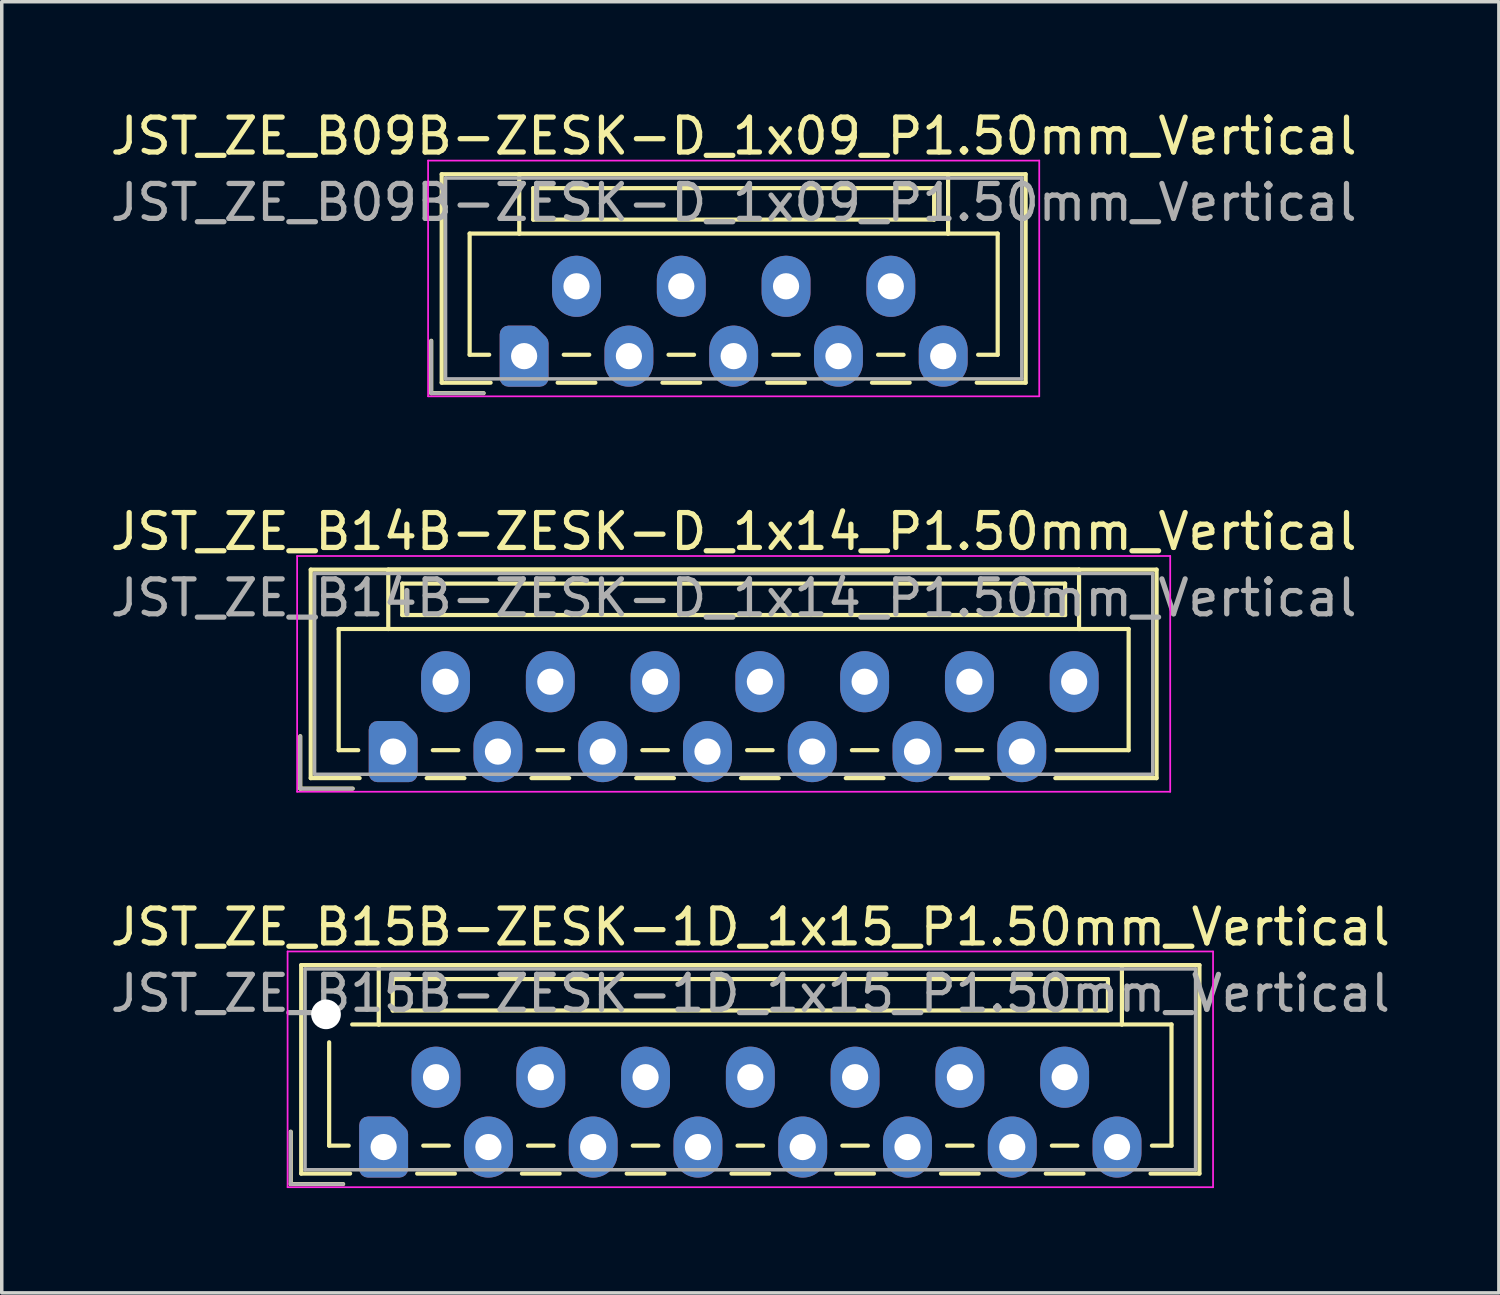
<source format=kicad_pcb>
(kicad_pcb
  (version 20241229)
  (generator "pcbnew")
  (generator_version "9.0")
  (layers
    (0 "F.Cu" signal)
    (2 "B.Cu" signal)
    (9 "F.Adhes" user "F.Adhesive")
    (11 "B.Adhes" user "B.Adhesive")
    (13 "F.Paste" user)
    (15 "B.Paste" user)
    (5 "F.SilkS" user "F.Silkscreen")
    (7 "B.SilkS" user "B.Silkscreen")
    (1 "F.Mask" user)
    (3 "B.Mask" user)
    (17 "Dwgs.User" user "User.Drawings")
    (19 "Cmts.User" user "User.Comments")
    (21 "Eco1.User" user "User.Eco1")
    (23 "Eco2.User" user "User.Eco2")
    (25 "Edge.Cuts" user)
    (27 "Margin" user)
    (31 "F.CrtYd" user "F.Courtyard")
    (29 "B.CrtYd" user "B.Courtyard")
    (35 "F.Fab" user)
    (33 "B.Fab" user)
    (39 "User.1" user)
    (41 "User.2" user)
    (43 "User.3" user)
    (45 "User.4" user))
  (footprint "JST_ZE_B09B-ZESK-D_1x09_P1.50mm_Vertical"
    (layer "F.Cu")
    (at 11.958 7.148)
    (property "Reference" "JST_ZE_B09B-ZESK-D_1x09_P1.50mm_Vertical" (at 6 -6.3 0) (layer "F.SilkS") (effects (font (size 1 1) (thickness 0.15))))
    (attr through_hole)
    (fp_line (start -2.66 -0.44) (end -2.66 1.06) (stroke (width 0.12) (type solid)) (layer "F.SilkS"))
    (fp_line (start -2.66 1.06) (end -1.16 1.06) (stroke (width 0.12) (type solid)) (layer "F.SilkS"))
    (fp_line (start -2.36 -5.21) (end 14.36 -5.21) (stroke (width 0.12) (type solid)) (layer "F.SilkS"))
    (fp_line (start -2.36 0.76) (end -2.36 -5.21) (stroke (width 0.12) (type solid)) (layer "F.SilkS"))
    (fp_line (start -1.56 -3.51) (end -1.56 -0.04) (stroke (width 0.12) (type solid)) (layer "F.SilkS"))
    (fp_line (start -1.56 -0.04) (end -1 -0.04) (stroke (width 0.12) (type solid)) (layer "F.SilkS"))
    (fp_line (start -0.96 0.76) (end -2.36 0.76) (stroke (width 0.12) (type solid)) (layer "F.SilkS"))
    (fp_line (start -0.14 -5.21) (end -0.14 -3.51) (stroke (width 0.12) (type solid)) (layer "F.SilkS"))
    (fp_line (start -0.14 -3.51) (end -1.56 -3.51) (stroke (width 0.12) (type solid)) (layer "F.SilkS"))
    (fp_line (start -0.14 -3.51) (end 12.14 -3.51) (stroke (width 0.12) (type solid)) (layer "F.SilkS"))
    (fp_line (start 0.26 -4.81) (end 0.26 -3.91) (stroke (width 0.12) (type solid)) (layer "F.SilkS"))
    (fp_line (start 0.26 -3.91) (end 11.74 -3.91) (stroke (width 0.12) (type solid)) (layer "F.SilkS"))
    (fp_line (start 0.96 0.76) (end 2.04 0.76) (stroke (width 0.12) (type solid)) (layer "F.SilkS"))
    (fp_line (start 1.135 -0.04) (end 1.865 -0.04) (stroke (width 0.12) (type solid)) (layer "F.SilkS"))
    (fp_line (start 3.96 0.76) (end 5.04 0.76) (stroke (width 0.12) (type solid)) (layer "F.SilkS"))
    (fp_line (start 4.135 -0.04) (end 4.865 -0.04) (stroke (width 0.12) (type solid)) (layer "F.SilkS"))
    (fp_line (start 6.96 0.76) (end 8.04 0.76) (stroke (width 0.12) (type solid)) (layer "F.SilkS"))
    (fp_line (start 7.135 -0.04) (end 7.865 -0.04) (stroke (width 0.12) (type solid)) (layer "F.SilkS"))
    (fp_line (start 9.96 0.76) (end 11.04 0.76) (stroke (width 0.12) (type solid)) (layer "F.SilkS"))
    (fp_line (start 10.135 -0.04) (end 10.865 -0.04) (stroke (width 0.12) (type solid)) (layer "F.SilkS"))
    (fp_line (start 11.74 -4.81) (end 0.26 -4.81) (stroke (width 0.12) (type solid)) (layer "F.SilkS"))
    (fp_line (start 11.74 -3.91) (end 11.74 -4.81) (stroke (width 0.12) (type solid)) (layer "F.SilkS"))
    (fp_line (start 12.14 -5.21) (end -0.14 -5.21) (stroke (width 0.12) (type solid)) (layer "F.SilkS"))
    (fp_line (start 12.14 -3.51) (end 12.14 -5.21) (stroke (width 0.12) (type solid)) (layer "F.SilkS"))
    (fp_line (start 12.14 -3.51) (end 13.56 -3.51) (stroke (width 0.12) (type solid)) (layer "F.SilkS"))
    (fp_line (start 13.56 -3.51) (end 13.56 -0.04) (stroke (width 0.12) (type solid)) (layer "F.SilkS"))
    (fp_line (start 13.56 -0.04) (end 13 -0.04) (stroke (width 0.12) (type solid)) (layer "F.SilkS"))
    (fp_line (start 14.36 -5.21) (end 14.36 0.76) (stroke (width 0.12) (type solid)) (layer "F.SilkS"))
    (fp_line (start 14.36 0.76) (end 12.96 0.76) (stroke (width 0.12) (type solid)) (layer "F.SilkS"))
    (fp_line (start -2.75 -5.6) (end -2.75 1.15) (stroke (width 0.05) (type solid)) (layer "F.CrtYd"))
    (fp_line (start -2.75 1.15) (end 14.75 1.15) (stroke (width 0.05) (type solid)) (layer "F.CrtYd"))
    (fp_line (start 14.75 -5.6) (end -2.75 -5.6) (stroke (width 0.05) (type solid)) (layer "F.CrtYd"))
    (fp_line (start 14.75 1.15) (end 14.75 -5.6) (stroke (width 0.05) (type solid)) (layer "F.CrtYd"))
    (fp_line (start -2.66 -0.44) (end -2.66 1.06) (stroke (width 0.1) (type solid)) (layer "F.Fab"))
    (fp_line (start -2.66 1.06) (end -1.16 1.06) (stroke (width 0.1) (type solid)) (layer "F.Fab"))
    (fp_line (start -2.25 -5.1) (end -2.25 0.65) (stroke (width 0.1) (type solid)) (layer "F.Fab"))
    (fp_line (start -2.25 0.65) (end 14.25 0.65) (stroke (width 0.1) (type solid)) (layer "F.Fab"))
    (fp_line (start 14.25 -5.1) (end -2.25 -5.1) (stroke (width 0.1) (type solid)) (layer "F.Fab"))
    (fp_line (start 14.25 0.65) (end 14.25 -5.1) (stroke (width 0.1) (type solid)) (layer "F.Fab"))
    (fp_text user "${REFERENCE}" (at 6 -4.4 0) (layer "F.Fab") (effects (font (size 1 1) (thickness 0.15))))
    (pad "1" thru_hole custom (at 0 0) (size 1.117 1.117) (drill 0.75) (layers "*.Cu" "*.Mask") (options (anchor circle)) (primitives (gr_poly (pts (xy -0.45 -0.625) (xy 0.196 -0.625) (xy 0.45 -0.371) (xy 0.45 0.625) (xy -0.45 0.625)) (width 0.5) (fill yes))))
    (pad "2" thru_hole oval (at 1.5 -2) (size 1.4 1.75) (drill 0.75) (layers "*.Cu" "*.Mask"))
    (pad "3" thru_hole oval (at 3 0) (size 1.4 1.75) (drill 0.75) (layers "*.Cu" "*.Mask"))
    (pad "4" thru_hole oval (at 4.5 -2) (size 1.4 1.75) (drill 0.75) (layers "*.Cu" "*.Mask"))
    (pad "5" thru_hole oval (at 6 0) (size 1.4 1.75) (drill 0.75) (layers "*.Cu" "*.Mask"))
    (pad "6" thru_hole oval (at 7.5 -2) (size 1.4 1.75) (drill 0.75) (layers "*.Cu" "*.Mask"))
    (pad "7" thru_hole oval (at 9 0) (size 1.4 1.75) (drill 0.75) (layers "*.Cu" "*.Mask"))
    (pad "8" thru_hole oval (at 10.5 -2) (size 1.4 1.75) (drill 0.75) (layers "*.Cu" "*.Mask"))
    (pad "9" thru_hole oval (at 12 0) (size 1.4 1.75) (drill 0.75) (layers "*.Cu" "*.Mask")))
  (footprint "JST_ZE_B15B-ZESK-1D_1x15_P1.50mm_Vertical"
    (layer "F.Cu")
    (at 7.935 29.795)
    (property "Reference" "JST_ZE_B15B-ZESK-1D_1x15_P1.50mm_Vertical" (at 10.5 -6.3 0) (layer "F.SilkS") (effects (font (size 1 1) (thickness 0.15))))
    (attr through_hole)
    (fp_line (start -2.66 -0.44) (end -2.66 1.06) (stroke (width 0.12) (type solid)) (layer "F.SilkS"))
    (fp_line (start -2.66 1.06) (end -1.16 1.06) (stroke (width 0.12) (type solid)) (layer "F.SilkS"))
    (fp_line (start -2.36 -5.21) (end 23.36 -5.21) (stroke (width 0.12) (type solid)) (layer "F.SilkS"))
    (fp_line (start -2.36 0.76) (end -2.36 -5.21) (stroke (width 0.12) (type solid)) (layer "F.SilkS"))
    (fp_line (start -1.56 -3) (end -1.56 -0.04) (stroke (width 0.12) (type solid)) (layer "F.SilkS"))
    (fp_line (start -1.56 -0.04) (end -1 -0.04) (stroke (width 0.12) (type solid)) (layer "F.SilkS"))
    (fp_line (start -0.96 0.76) (end -2.36 0.76) (stroke (width 0.12) (type solid)) (layer "F.SilkS"))
    (fp_line (start -0.14 -5.21) (end -0.14 -3.51) (stroke (width 0.12) (type solid)) (layer "F.SilkS"))
    (fp_line (start -0.14 -3.51) (end -0.9 -3.51) (stroke (width 0.12) (type solid)) (layer "F.SilkS"))
    (fp_line (start -0.14 -3.51) (end 21.14 -3.51) (stroke (width 0.12) (type solid)) (layer "F.SilkS"))
    (fp_line (start 0.26 -4.81) (end 0.26 -3.91) (stroke (width 0.12) (type solid)) (layer "F.SilkS"))
    (fp_line (start 0.26 -3.91) (end 20.74 -3.91) (stroke (width 0.12) (type solid)) (layer "F.SilkS"))
    (fp_line (start 0.96 0.76) (end 2.04 0.76) (stroke (width 0.12) (type solid)) (layer "F.SilkS"))
    (fp_line (start 1.135 -0.04) (end 1.865 -0.04) (stroke (width 0.12) (type solid)) (layer "F.SilkS"))
    (fp_line (start 3.96 0.76) (end 5.04 0.76) (stroke (width 0.12) (type solid)) (layer "F.SilkS"))
    (fp_line (start 4.135 -0.04) (end 4.865 -0.04) (stroke (width 0.12) (type solid)) (layer "F.SilkS"))
    (fp_line (start 6.96 0.76) (end 8.04 0.76) (stroke (width 0.12) (type solid)) (layer "F.SilkS"))
    (fp_line (start 7.135 -0.04) (end 7.865 -0.04) (stroke (width 0.12) (type solid)) (layer "F.SilkS"))
    (fp_line (start 9.96 0.76) (end 11.04 0.76) (stroke (width 0.12) (type solid)) (layer "F.SilkS"))
    (fp_line (start 10.135 -0.04) (end 10.865 -0.04) (stroke (width 0.12) (type solid)) (layer "F.SilkS"))
    (fp_line (start 12.96 0.76) (end 14.04 0.76) (stroke (width 0.12) (type solid)) (layer "F.SilkS"))
    (fp_line (start 13.135 -0.04) (end 13.865 -0.04) (stroke (width 0.12) (type solid)) (layer "F.SilkS"))
    (fp_line (start 15.96 0.76) (end 17.04 0.76) (stroke (width 0.12) (type solid)) (layer "F.SilkS"))
    (fp_line (start 16.135 -0.04) (end 16.865 -0.04) (stroke (width 0.12) (type solid)) (layer "F.SilkS"))
    (fp_line (start 18.96 0.76) (end 20.04 0.76) (stroke (width 0.12) (type solid)) (layer "F.SilkS"))
    (fp_line (start 19.135 -0.04) (end 19.865 -0.04) (stroke (width 0.12) (type solid)) (layer "F.SilkS"))
    (fp_line (start 20.74 -4.81) (end 0.26 -4.81) (stroke (width 0.12) (type solid)) (layer "F.SilkS"))
    (fp_line (start 20.74 -3.91) (end 20.74 -4.81) (stroke (width 0.12) (type solid)) (layer "F.SilkS"))
    (fp_line (start 21.14 -5.21) (end -0.14 -5.21) (stroke (width 0.12) (type solid)) (layer "F.SilkS"))
    (fp_line (start 21.14 -3.51) (end 21.14 -5.21) (stroke (width 0.12) (type solid)) (layer "F.SilkS"))
    (fp_line (start 21.14 -3.51) (end 22.56 -3.51) (stroke (width 0.12) (type solid)) (layer "F.SilkS"))
    (fp_line (start 22.56 -3.51) (end 22.56 -0.04) (stroke (width 0.12) (type solid)) (layer "F.SilkS"))
    (fp_line (start 22.56 -0.04) (end 22 -0.04) (stroke (width 0.12) (type solid)) (layer "F.SilkS"))
    (fp_line (start 23.36 -5.21) (end 23.36 0.76) (stroke (width 0.12) (type solid)) (layer "F.SilkS"))
    (fp_line (start 23.36 0.76) (end 21.96 0.76) (stroke (width 0.12) (type solid)) (layer "F.SilkS"))
    (fp_line (start -2.75 -5.6) (end -2.75 1.15) (stroke (width 0.05) (type solid)) (layer "F.CrtYd"))
    (fp_line (start -2.75 1.15) (end 23.75 1.15) (stroke (width 0.05) (type solid)) (layer "F.CrtYd"))
    (fp_line (start 23.75 -5.6) (end -2.75 -5.6) (stroke (width 0.05) (type solid)) (layer "F.CrtYd"))
    (fp_line (start 23.75 1.15) (end 23.75 -5.6) (stroke (width 0.05) (type solid)) (layer "F.CrtYd"))
    (fp_line (start -2.66 -0.44) (end -2.66 1.06) (stroke (width 0.1) (type solid)) (layer "F.Fab"))
    (fp_line (start -2.66 1.06) (end -1.16 1.06) (stroke (width 0.1) (type solid)) (layer "F.Fab"))
    (fp_line (start -2.25 -5.1) (end -2.25 0.65) (stroke (width 0.1) (type solid)) (layer "F.Fab"))
    (fp_line (start -2.25 0.65) (end 23.25 0.65) (stroke (width 0.1) (type solid)) (layer "F.Fab"))
    (fp_line (start 23.25 -5.1) (end -2.25 -5.1) (stroke (width 0.1) (type solid)) (layer "F.Fab"))
    (fp_line (start 23.25 0.65) (end 23.25 -5.1) (stroke (width 0.1) (type solid)) (layer "F.Fab"))
    (fp_text user "${REFERENCE}" (at 10.5 -4.4 0) (layer "F.Fab") (effects (font (size 1 1) (thickness 0.15))))
    (pad "" np_thru_hole circle (at -1.65 -3.8) (size 0.85 0.85) (drill 0.85) (layers "*.Cu" "*.Mask"))
    (pad "1" thru_hole custom (at 0 0) (size 1.117 1.117) (drill 0.75) (layers "*.Cu" "*.Mask") (options (anchor circle)) (primitives (gr_poly (pts (xy -0.45 -0.625) (xy 0.196 -0.625) (xy 0.45 -0.371) (xy 0.45 0.625) (xy -0.45 0.625)) (width 0.5) (fill yes))))
    (pad "2" thru_hole oval (at 1.5 -2) (size 1.4 1.75) (drill 0.75) (layers "*.Cu" "*.Mask"))
    (pad "3" thru_hole oval (at 3 0) (size 1.4 1.75) (drill 0.75) (layers "*.Cu" "*.Mask"))
    (pad "4" thru_hole oval (at 4.5 -2) (size 1.4 1.75) (drill 0.75) (layers "*.Cu" "*.Mask"))
    (pad "5" thru_hole oval (at 6 0) (size 1.4 1.75) (drill 0.75) (layers "*.Cu" "*.Mask"))
    (pad "6" thru_hole oval (at 7.5 -2) (size 1.4 1.75) (drill 0.75) (layers "*.Cu" "*.Mask"))
    (pad "7" thru_hole oval (at 9 0) (size 1.4 1.75) (drill 0.75) (layers "*.Cu" "*.Mask"))
    (pad "8" thru_hole oval (at 10.5 -2) (size 1.4 1.75) (drill 0.75) (layers "*.Cu" "*.Mask"))
    (pad "9" thru_hole oval (at 12 0) (size 1.4 1.75) (drill 0.75) (layers "*.Cu" "*.Mask"))
    (pad "10" thru_hole oval (at 13.5 -2) (size 1.4 1.75) (drill 0.75) (layers "*.Cu" "*.Mask"))
    (pad "11" thru_hole oval (at 15 0) (size 1.4 1.75) (drill 0.75) (layers "*.Cu" "*.Mask"))
    (pad "12" thru_hole oval (at 16.5 -2) (size 1.4 1.75) (drill 0.75) (layers "*.Cu" "*.Mask"))
    (pad "13" thru_hole oval (at 18 0) (size 1.4 1.75) (drill 0.75) (layers "*.Cu" "*.Mask"))
    (pad "14" thru_hole oval (at 19.5 -2) (size 1.4 1.75) (drill 0.75) (layers "*.Cu" "*.Mask"))
    (pad "15" thru_hole oval (at 21 0) (size 1.4 1.75) (drill 0.75) (layers "*.Cu" "*.Mask")))
  (footprint "JST_ZE_B14B-ZESK-D_1x14_P1.50mm_Vertical"
    (layer "F.Cu")
    (at 8.208 18.471)
    (property "Reference" "JST_ZE_B14B-ZESK-D_1x14_P1.50mm_Vertical" (at 9.75 -6.3 0) (layer "F.SilkS") (effects (font (size 1 1) (thickness 0.15))))
    (attr through_hole)
    (fp_line (start -2.66 -0.44) (end -2.66 1.06) (stroke (width 0.12) (type solid)) (layer "F.SilkS"))
    (fp_line (start -2.66 1.06) (end -1.16 1.06) (stroke (width 0.12) (type solid)) (layer "F.SilkS"))
    (fp_line (start -2.36 -5.21) (end 21.86 -5.21) (stroke (width 0.12) (type solid)) (layer "F.SilkS"))
    (fp_line (start -2.36 0.76) (end -2.36 -5.21) (stroke (width 0.12) (type solid)) (layer "F.SilkS"))
    (fp_line (start -1.56 -3.51) (end -1.56 -0.04) (stroke (width 0.12) (type solid)) (layer "F.SilkS"))
    (fp_line (start -1.56 -0.04) (end -1 -0.04) (stroke (width 0.12) (type solid)) (layer "F.SilkS"))
    (fp_line (start -0.96 0.76) (end -2.36 0.76) (stroke (width 0.12) (type solid)) (layer "F.SilkS"))
    (fp_line (start -0.14 -5.21) (end -0.14 -3.51) (stroke (width 0.12) (type solid)) (layer "F.SilkS"))
    (fp_line (start -0.14 -3.51) (end -1.56 -3.51) (stroke (width 0.12) (type solid)) (layer "F.SilkS"))
    (fp_line (start -0.14 -3.51) (end 19.64 -3.51) (stroke (width 0.12) (type solid)) (layer "F.SilkS"))
    (fp_line (start 0.26 -4.81) (end 0.26 -3.91) (stroke (width 0.12) (type solid)) (layer "F.SilkS"))
    (fp_line (start 0.26 -3.91) (end 19.24 -3.91) (stroke (width 0.12) (type solid)) (layer "F.SilkS"))
    (fp_line (start 0.96 0.76) (end 2.04 0.76) (stroke (width 0.12) (type solid)) (layer "F.SilkS"))
    (fp_line (start 1.135 -0.04) (end 1.865 -0.04) (stroke (width 0.12) (type solid)) (layer "F.SilkS"))
    (fp_line (start 3.96 0.76) (end 5.04 0.76) (stroke (width 0.12) (type solid)) (layer "F.SilkS"))
    (fp_line (start 4.135 -0.04) (end 4.865 -0.04) (stroke (width 0.12) (type solid)) (layer "F.SilkS"))
    (fp_line (start 6.96 0.76) (end 8.04 0.76) (stroke (width 0.12) (type solid)) (layer "F.SilkS"))
    (fp_line (start 7.135 -0.04) (end 7.865 -0.04) (stroke (width 0.12) (type solid)) (layer "F.SilkS"))
    (fp_line (start 9.96 0.76) (end 11.04 0.76) (stroke (width 0.12) (type solid)) (layer "F.SilkS"))
    (fp_line (start 10.135 -0.04) (end 10.865 -0.04) (stroke (width 0.12) (type solid)) (layer "F.SilkS"))
    (fp_line (start 12.96 0.76) (end 14.04 0.76) (stroke (width 0.12) (type solid)) (layer "F.SilkS"))
    (fp_line (start 13.135 -0.04) (end 13.865 -0.04) (stroke (width 0.12) (type solid)) (layer "F.SilkS"))
    (fp_line (start 15.96 0.76) (end 17.04 0.76) (stroke (width 0.12) (type solid)) (layer "F.SilkS"))
    (fp_line (start 16.135 -0.04) (end 16.865 -0.04) (stroke (width 0.12) (type solid)) (layer "F.SilkS"))
    (fp_line (start 19.24 -4.81) (end 0.26 -4.81) (stroke (width 0.12) (type solid)) (layer "F.SilkS"))
    (fp_line (start 19.24 -3.91) (end 19.24 -4.81) (stroke (width 0.12) (type solid)) (layer "F.SilkS"))
    (fp_line (start 19.64 -5.21) (end -0.14 -5.21) (stroke (width 0.12) (type solid)) (layer "F.SilkS"))
    (fp_line (start 19.64 -3.51) (end 19.64 -5.21) (stroke (width 0.12) (type solid)) (layer "F.SilkS"))
    (fp_line (start 19.64 -3.51) (end 21.06 -3.51) (stroke (width 0.12) (type solid)) (layer "F.SilkS"))
    (fp_line (start 21.06 -3.51) (end 21.06 -0.04) (stroke (width 0.12) (type solid)) (layer "F.SilkS"))
    (fp_line (start 21.06 -0.04) (end 19 -0.04) (stroke (width 0.12) (type solid)) (layer "F.SilkS"))
    (fp_line (start 21.86 -5.21) (end 21.86 0.76) (stroke (width 0.12) (type solid)) (layer "F.SilkS"))
    (fp_line (start 21.86 0.76) (end 18.96 0.76) (stroke (width 0.12) (type solid)) (layer "F.SilkS"))
    (fp_line (start -2.75 -5.6) (end -2.75 1.15) (stroke (width 0.05) (type solid)) (layer "F.CrtYd"))
    (fp_line (start -2.75 1.15) (end 22.25 1.15) (stroke (width 0.05) (type solid)) (layer "F.CrtYd"))
    (fp_line (start 22.25 -5.6) (end -2.75 -5.6) (stroke (width 0.05) (type solid)) (layer "F.CrtYd"))
    (fp_line (start 22.25 1.15) (end 22.25 -5.6) (stroke (width 0.05) (type solid)) (layer "F.CrtYd"))
    (fp_line (start -2.66 -0.44) (end -2.66 1.06) (stroke (width 0.1) (type solid)) (layer "F.Fab"))
    (fp_line (start -2.66 1.06) (end -1.16 1.06) (stroke (width 0.1) (type solid)) (layer "F.Fab"))
    (fp_line (start -2.25 -5.1) (end -2.25 0.65) (stroke (width 0.1) (type solid)) (layer "F.Fab"))
    (fp_line (start -2.25 0.65) (end 21.75 0.65) (stroke (width 0.1) (type solid)) (layer "F.Fab"))
    (fp_line (start 21.75 -5.1) (end -2.25 -5.1) (stroke (width 0.1) (type solid)) (layer "F.Fab"))
    (fp_line (start 21.75 0.65) (end 21.75 -5.1) (stroke (width 0.1) (type solid)) (layer "F.Fab"))
    (fp_text user "${REFERENCE}" (at 9.75 -4.4 0) (layer "F.Fab") (effects (font (size 1 1) (thickness 0.15))))
    (pad "1" thru_hole custom (at 0 0) (size 1.117 1.117) (drill 0.75) (layers "*.Cu" "*.Mask") (options (anchor circle)) (primitives (gr_poly (pts (xy -0.45 -0.625) (xy 0.196 -0.625) (xy 0.45 -0.371) (xy 0.45 0.625) (xy -0.45 0.625)) (width 0.5) (fill yes))))
    (pad "2" thru_hole oval (at 1.5 -2) (size 1.4 1.75) (drill 0.75) (layers "*.Cu" "*.Mask"))
    (pad "3" thru_hole oval (at 3 0) (size 1.4 1.75) (drill 0.75) (layers "*.Cu" "*.Mask"))
    (pad "4" thru_hole oval (at 4.5 -2) (size 1.4 1.75) (drill 0.75) (layers "*.Cu" "*.Mask"))
    (pad "5" thru_hole oval (at 6 0) (size 1.4 1.75) (drill 0.75) (layers "*.Cu" "*.Mask"))
    (pad "6" thru_hole oval (at 7.5 -2) (size 1.4 1.75) (drill 0.75) (layers "*.Cu" "*.Mask"))
    (pad "7" thru_hole oval (at 9 0) (size 1.4 1.75) (drill 0.75) (layers "*.Cu" "*.Mask"))
    (pad "8" thru_hole oval (at 10.5 -2) (size 1.4 1.75) (drill 0.75) (layers "*.Cu" "*.Mask"))
    (pad "9" thru_hole oval (at 12 0) (size 1.4 1.75) (drill 0.75) (layers "*.Cu" "*.Mask"))
    (pad "10" thru_hole oval (at 13.5 -2) (size 1.4 1.75) (drill 0.75) (layers "*.Cu" "*.Mask"))
    (pad "11" thru_hole oval (at 15 0) (size 1.4 1.75) (drill 0.75) (layers "*.Cu" "*.Mask"))
    (pad "12" thru_hole oval (at 16.5 -2) (size 1.4 1.75) (drill 0.75) (layers "*.Cu" "*.Mask"))
    (pad "13" thru_hole oval (at 18 0) (size 1.4 1.75) (drill 0.75) (layers "*.Cu" "*.Mask"))
    (pad "14" thru_hole oval (at 19.5 -2) (size 1.4 1.75) (drill 0.75) (layers "*.Cu" "*.Mask")))
  (gr_rect
    (start -3 -3)
    (end 39.869 33.97)
    (stroke (width 0.1) (type default))
    (fill no)
    (layer "Edge.Cuts")))
</source>
